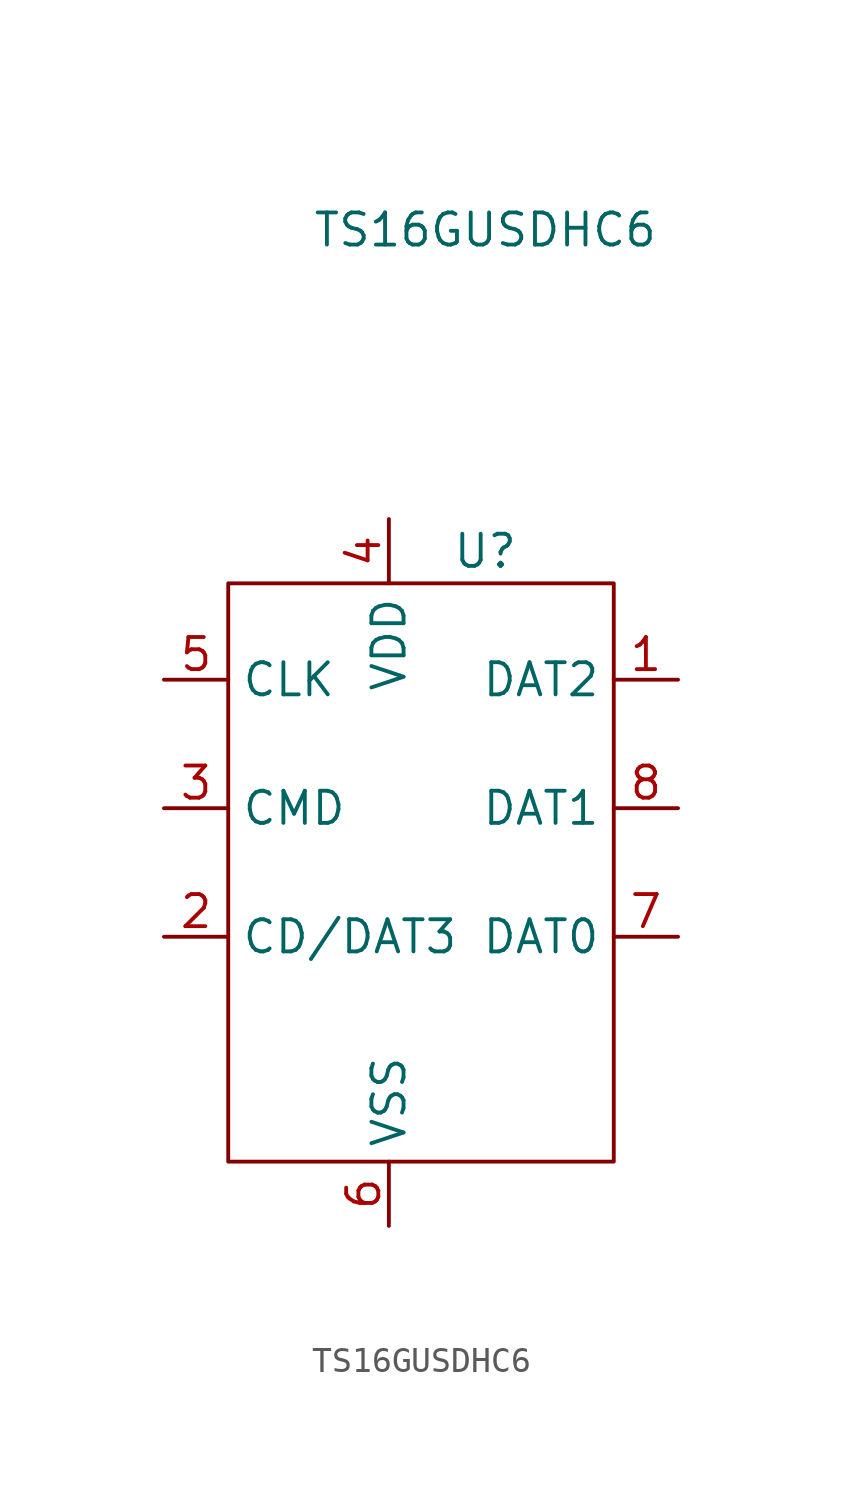
<source format=kicad_sym>
(kicad_symbol_lib
  (version 20211014)
  (generator kicad_symbol_editor)
  (symbol "TS16GUSDHC6"
    (property "Reference" "U"
      (at 0 6.35 0)
      (effects (font (size 1.27 1.27))))
    (property "Value" "TS16GUSDHC6"
      (at 0 19.05 0)
      (effects (font (size 1.27 1.27))))
    (symbol "TS16GUSDHC6_0_1"
      (rectangle (start -10.16 5.08) (end 5.08 -17.78) (stroke (width 0) (type default) (color 0 0 0 0)) (fill (type none))))
    (symbol "TS16GUSDHC6_1_1"
      (pin input line (at 7.62 1.27 180) (length 2.54) (name "DAT2" (effects (font (size 1.27 1.27)))) (number "1" (effects (font (size 1.27 1.27)))))
      (pin input line (at -12.7 -8.89 0) (length 2.54) (name "CD/DAT3" (effects (font (size 1.27 1.27)))) (number "2" (effects (font (size 1.27 1.27)))))
      (pin input line (at -12.7 -3.81 0) (length 2.54) (name "CMD" (effects (font (size 1.27 1.27)))) (number "3" (effects (font (size 1.27 1.27)))))
      (pin power_in line (at -3.81 7.62 270) (length 2.54) (name "VDD" (effects (font (size 1.27 1.27)))) (number "4" (effects (font (size 1.27 1.27)))))
      (pin input line (at -12.7 1.27 0) (length 2.54) (name "CLK" (effects (font (size 1.27 1.27)))) (number "5" (effects (font (size 1.27 1.27)))))
      (pin power_in line (at -3.81 -20.32 90) (length 2.54) (name "VSS" (effects (font (size 1.27 1.27)))) (number "6" (effects (font (size 1.27 1.27)))))
      (pin output line (at 7.62 -8.89 180) (length 2.54) (name "DAT0" (effects (font (size 1.27 1.27)))) (number "7" (effects (font (size 1.27 1.27)))))
      (pin input line (at 7.62 -3.81 180) (length 2.54) (name "DAT1" (effects (font (size 1.27 1.27)))) (number "8" (effects (font (size 1.27 1.27))))))))
</source>
